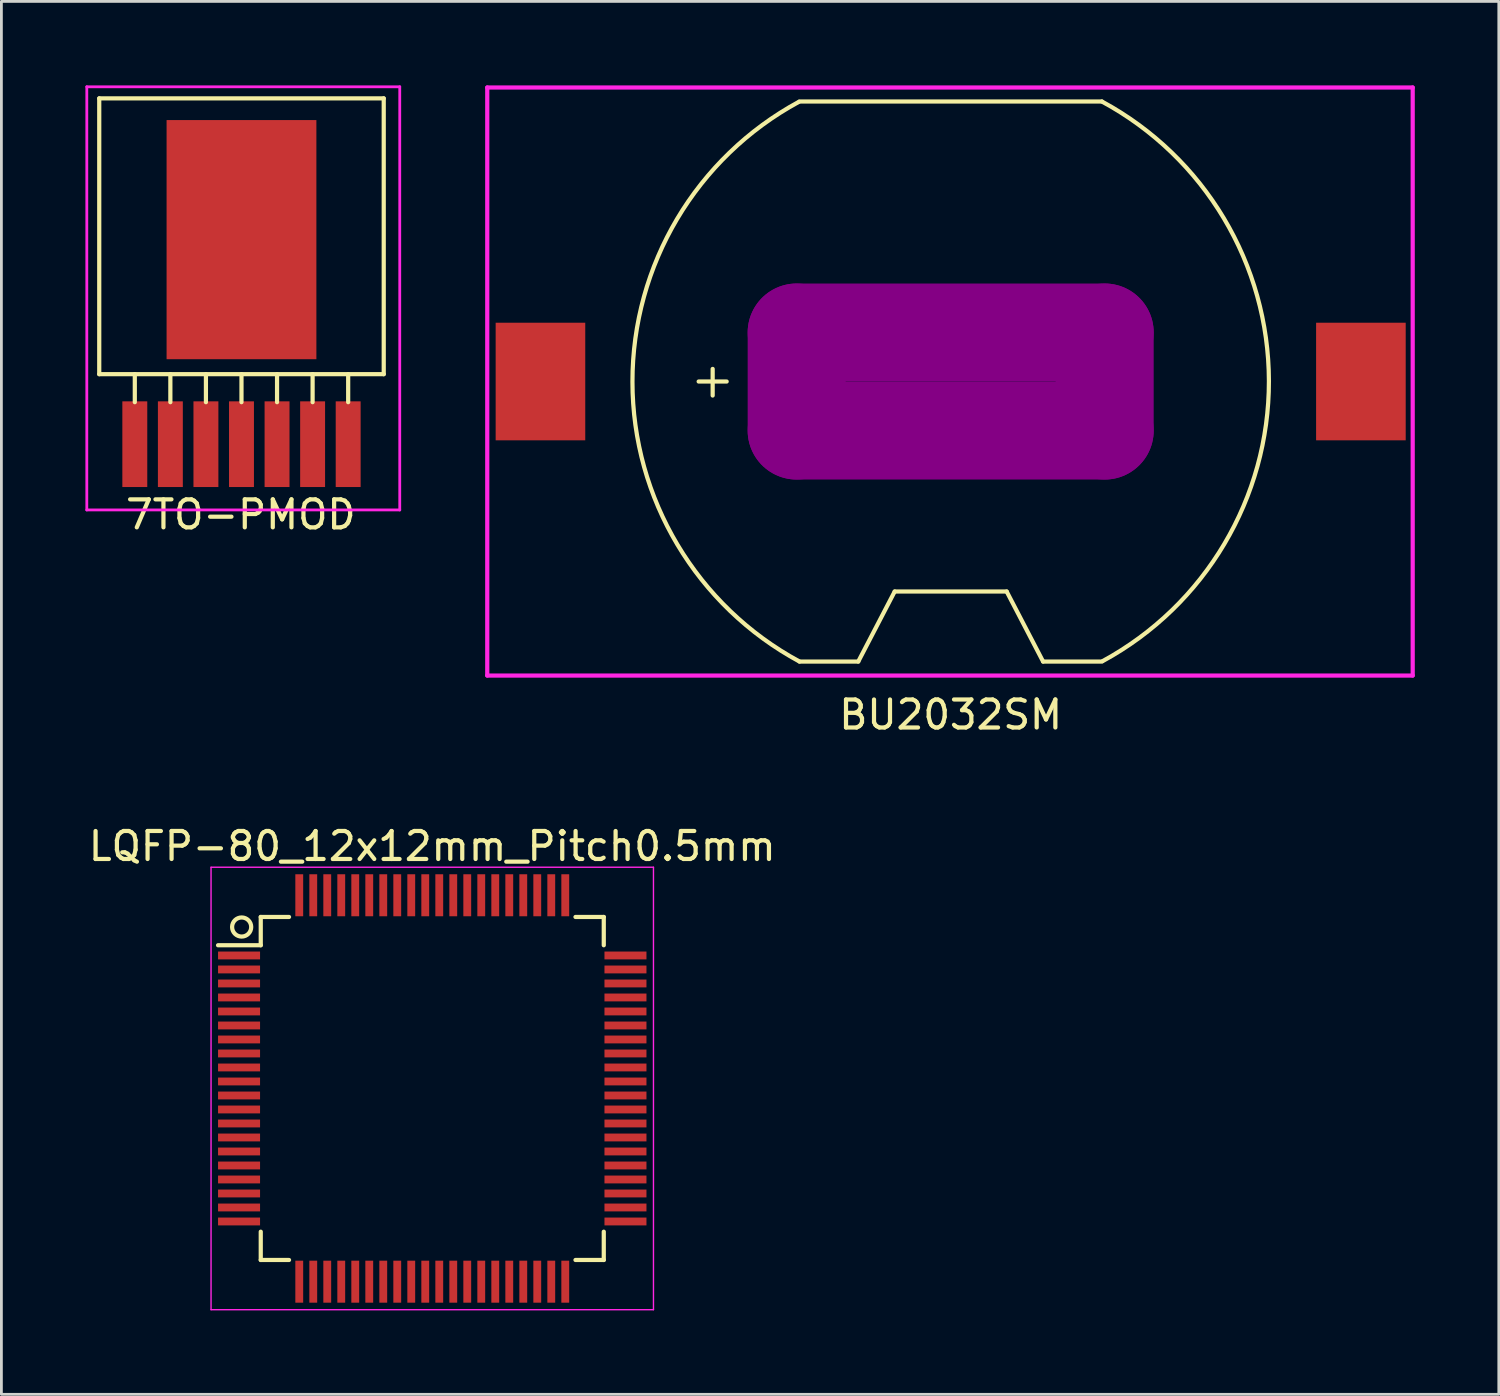
<source format=kicad_pcb>
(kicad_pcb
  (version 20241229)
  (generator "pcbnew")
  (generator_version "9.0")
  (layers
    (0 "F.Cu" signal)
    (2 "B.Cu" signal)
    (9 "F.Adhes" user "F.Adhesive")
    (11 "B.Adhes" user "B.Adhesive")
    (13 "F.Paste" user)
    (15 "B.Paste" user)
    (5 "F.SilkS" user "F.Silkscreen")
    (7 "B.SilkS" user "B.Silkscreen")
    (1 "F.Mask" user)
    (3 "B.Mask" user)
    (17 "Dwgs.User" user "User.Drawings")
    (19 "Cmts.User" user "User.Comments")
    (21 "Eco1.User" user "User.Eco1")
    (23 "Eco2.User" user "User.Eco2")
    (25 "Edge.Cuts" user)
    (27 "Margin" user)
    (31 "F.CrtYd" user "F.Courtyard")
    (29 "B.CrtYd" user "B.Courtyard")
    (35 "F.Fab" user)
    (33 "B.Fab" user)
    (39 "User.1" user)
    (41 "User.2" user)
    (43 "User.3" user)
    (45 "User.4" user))
  (footprint "7TO-PMOD"
    (layer "F.Cu")
    (at 5.574 12.813)
    (property "Reference" "7TO-PMOD" (at -0.025 2.515 0) (layer "F.SilkS") (effects (font (size 1 1) (thickness 0.15))))
    (attr smd)
    (fp_line (start -5.08 -12.35) (end 5.08 -12.35) (stroke (width 0.15) (type solid)) (layer "F.SilkS"))
    (fp_line (start -5.08 -2.5) (end -5.08 -12.35) (stroke (width 0.15) (type solid)) (layer "F.SilkS"))
    (fp_line (start -3.81 -2.5) (end -3.81 -1.5) (stroke (width 0.15) (type solid)) (layer "F.SilkS"))
    (fp_line (start -2.54 -2.5) (end -2.54 -1.5) (stroke (width 0.15) (type solid)) (layer "F.SilkS"))
    (fp_line (start -1.27 -2.5) (end -1.27 -1.5) (stroke (width 0.15) (type solid)) (layer "F.SilkS"))
    (fp_line (start 0 -2.5) (end 0 -1.5) (stroke (width 0.15) (type solid)) (layer "F.SilkS"))
    (fp_line (start 1.27 -2.5) (end 1.27 -1.5) (stroke (width 0.15) (type solid)) (layer "F.SilkS"))
    (fp_line (start 2.54 -2.5) (end 2.54 -1.5) (stroke (width 0.15) (type solid)) (layer "F.SilkS"))
    (fp_line (start 3.81 -2.5) (end 3.81 -1.5) (stroke (width 0.15) (type solid)) (layer "F.SilkS"))
    (fp_line (start 5.08 -2.5) (end -5.08 -2.5) (stroke (width 0.15) (type solid)) (layer "F.SilkS"))
    (fp_line (start 5.08 -2.5) (end 5.08 -12.35) (stroke (width 0.15) (type solid)) (layer "F.SilkS"))
    (fp_line (start -5.524 -12.764) (end 5.652 -12.764) (stroke (width 0.1) (type solid)) (layer "F.CrtYd"))
    (fp_line (start -5.524 2.349) (end -5.524 -12.764) (stroke (width 0.1) (type solid)) (layer "F.CrtYd"))
    (fp_line (start -5.524 2.349) (end 5.652 2.349) (stroke (width 0.1) (type solid)) (layer "F.CrtYd"))
    (fp_line (start 5.652 2.349) (end 5.652 -12.764) (stroke (width 0.1) (type solid)) (layer "F.CrtYd"))
    (pad "1" smd rect (at -3.81 0) (size 0.89 3.06) (layers "F.Cu" "F.Mask" "F.Paste"))
    (pad "2" smd rect (at -2.54 0) (size 0.89 3.06) (layers "F.Cu" "F.Mask" "F.Paste"))
    (pad "3" smd rect (at -1.27 0) (size 0.89 3.06) (layers "F.Cu" "F.Mask" "F.Paste"))
    (pad "4" smd rect (at 0 0) (size 0.89 3.06) (layers "F.Cu" "F.Mask" "F.Paste"))
    (pad "5" smd rect (at 1.27 0) (size 0.89 3.06) (layers "F.Cu" "F.Mask" "F.Paste"))
    (pad "6" smd rect (at 2.54 0) (size 0.89 3.06) (layers "F.Cu" "F.Mask" "F.Paste"))
    (pad "7" smd rect (at 3.81 0) (size 0.89 3.06) (layers "F.Cu" "F.Mask" "F.Paste"))
    (pad "8" smd rect (at 0 -7.305) (size 5.35 8.54) (layers "F.Cu" "F.Mask" "F.Paste")))
  (footprint "LQFP-80_12x12mm_Pitch0.5mm"
    (layer "F.Cu")
    (at 12.387 35.822)
    (property "Reference" "LQFP-80_12x12mm_Pitch0.5mm" (at 0 -8.65 0) (layer "F.SilkS") (effects (font (size 1 1) (thickness 0.15))))
    (attr smd)
    (fp_line (start -6.125 -6.125) (end -6.125 -5.115) (stroke (width 0.15) (type solid)) (layer "F.SilkS"))
    (fp_line (start -6.125 -6.125) (end -5.115 -6.125) (stroke (width 0.15) (type solid)) (layer "F.SilkS"))
    (fp_line (start -6.125 -5.115) (end -7.65 -5.115) (stroke (width 0.15) (type solid)) (layer "F.SilkS"))
    (fp_line (start -6.125 6.125) (end -6.125 5.115) (stroke (width 0.15) (type solid)) (layer "F.SilkS"))
    (fp_line (start -6.125 6.125) (end -5.115 6.125) (stroke (width 0.15) (type solid)) (layer "F.SilkS"))
    (fp_line (start 6.125 -6.125) (end 5.115 -6.125) (stroke (width 0.15) (type solid)) (layer "F.SilkS"))
    (fp_line (start 6.125 -6.125) (end 6.125 -5.115) (stroke (width 0.15) (type solid)) (layer "F.SilkS"))
    (fp_line (start 6.125 6.125) (end 5.115 6.125) (stroke (width 0.15) (type solid)) (layer "F.SilkS"))
    (fp_line (start 6.125 6.125) (end 6.125 5.115) (stroke (width 0.15) (type solid)) (layer "F.SilkS"))
    (fp_circle (center -6.807 -5.766) (end -6.502 -5.613) (stroke (width 0.15) (type solid)) (fill no) (layer "F.SilkS"))
    (fp_line (start -7.9 -7.9) (end -7.9 7.9) (stroke (width 0.05) (type solid)) (layer "F.CrtYd"))
    (fp_line (start -7.9 -7.9) (end 7.9 -7.9) (stroke (width 0.05) (type solid)) (layer "F.CrtYd"))
    (fp_line (start -7.9 7.9) (end 7.9 7.9) (stroke (width 0.05) (type solid)) (layer "F.CrtYd"))
    (fp_line (start 7.9 -7.9) (end 7.9 7.9) (stroke (width 0.05) (type solid)) (layer "F.CrtYd"))
    (pad "1" smd rect (at -6.9 -4.75) (size 1.5 0.28) (layers "F.Cu" "F.Mask" "F.Paste"))
    (pad "2" smd rect (at -6.9 -4.25) (size 1.5 0.28) (layers "F.Cu" "F.Mask" "F.Paste"))
    (pad "3" smd rect (at -6.9 -3.75) (size 1.5 0.28) (layers "F.Cu" "F.Mask" "F.Paste"))
    (pad "4" smd rect (at -6.9 -3.25) (size 1.5 0.28) (layers "F.Cu" "F.Mask" "F.Paste"))
    (pad "5" smd rect (at -6.9 -2.75) (size 1.5 0.28) (layers "F.Cu" "F.Mask" "F.Paste"))
    (pad "6" smd rect (at -6.9 -2.25) (size 1.5 0.28) (layers "F.Cu" "F.Mask" "F.Paste"))
    (pad "7" smd rect (at -6.9 -1.75) (size 1.5 0.28) (layers "F.Cu" "F.Mask" "F.Paste"))
    (pad "8" smd rect (at -6.9 -1.25) (size 1.5 0.28) (layers "F.Cu" "F.Mask" "F.Paste"))
    (pad "9" smd rect (at -6.9 -0.75) (size 1.5 0.28) (layers "F.Cu" "F.Mask" "F.Paste"))
    (pad "10" smd rect (at -6.9 -0.25) (size 1.5 0.28) (layers "F.Cu" "F.Mask" "F.Paste"))
    (pad "11" smd rect (at -6.9 0.25) (size 1.5 0.28) (layers "F.Cu" "F.Mask" "F.Paste"))
    (pad "12" smd rect (at -6.9 0.75) (size 1.5 0.28) (layers "F.Cu" "F.Mask" "F.Paste"))
    (pad "13" smd rect (at -6.9 1.25) (size 1.5 0.28) (layers "F.Cu" "F.Mask" "F.Paste"))
    (pad "14" smd rect (at -6.9 1.75) (size 1.5 0.28) (layers "F.Cu" "F.Mask" "F.Paste"))
    (pad "15" smd rect (at -6.9 2.25) (size 1.5 0.28) (layers "F.Cu" "F.Mask" "F.Paste"))
    (pad "16" smd rect (at -6.9 2.75) (size 1.5 0.28) (layers "F.Cu" "F.Mask" "F.Paste"))
    (pad "17" smd rect (at -6.9 3.25) (size 1.5 0.28) (layers "F.Cu" "F.Mask" "F.Paste"))
    (pad "18" smd rect (at -6.9 3.75) (size 1.5 0.28) (layers "F.Cu" "F.Mask" "F.Paste"))
    (pad "19" smd rect (at -6.9 4.25) (size 1.5 0.28) (layers "F.Cu" "F.Mask" "F.Paste"))
    (pad "20" smd rect (at -6.9 4.75) (size 1.5 0.28) (layers "F.Cu" "F.Mask" "F.Paste"))
    (pad "21" smd rect (at -4.75 6.9 90) (size 1.5 0.28) (layers "F.Cu" "F.Mask" "F.Paste"))
    (pad "22" smd rect (at -4.25 6.9 90) (size 1.5 0.28) (layers "F.Cu" "F.Mask" "F.Paste"))
    (pad "23" smd rect (at -3.75 6.9 90) (size 1.5 0.28) (layers "F.Cu" "F.Mask" "F.Paste"))
    (pad "24" smd rect (at -3.25 6.9 90) (size 1.5 0.28) (layers "F.Cu" "F.Mask" "F.Paste"))
    (pad "25" smd rect (at -2.75 6.9 90) (size 1.5 0.28) (layers "F.Cu" "F.Mask" "F.Paste"))
    (pad "26" smd rect (at -2.25 6.9 90) (size 1.5 0.28) (layers "F.Cu" "F.Mask" "F.Paste"))
    (pad "27" smd rect (at -1.75 6.9 90) (size 1.5 0.28) (layers "F.Cu" "F.Mask" "F.Paste"))
    (pad "28" smd rect (at -1.25 6.9 90) (size 1.5 0.28) (layers "F.Cu" "F.Mask" "F.Paste"))
    (pad "29" smd rect (at -0.75 6.9 90) (size 1.5 0.28) (layers "F.Cu" "F.Mask" "F.Paste"))
    (pad "30" smd rect (at -0.25 6.9 90) (size 1.5 0.28) (layers "F.Cu" "F.Mask" "F.Paste"))
    (pad "31" smd rect (at 0.25 6.9 90) (size 1.5 0.28) (layers "F.Cu" "F.Mask" "F.Paste"))
    (pad "32" smd rect (at 0.75 6.9 90) (size 1.5 0.28) (layers "F.Cu" "F.Mask" "F.Paste"))
    (pad "33" smd rect (at 1.25 6.9 90) (size 1.5 0.28) (layers "F.Cu" "F.Mask" "F.Paste"))
    (pad "34" smd rect (at 1.75 6.9 90) (size 1.5 0.28) (layers "F.Cu" "F.Mask" "F.Paste"))
    (pad "35" smd rect (at 2.25 6.9 90) (size 1.5 0.28) (layers "F.Cu" "F.Mask" "F.Paste"))
    (pad "36" smd rect (at 2.75 6.9 90) (size 1.5 0.28) (layers "F.Cu" "F.Mask" "F.Paste"))
    (pad "37" smd rect (at 3.25 6.9 90) (size 1.5 0.28) (layers "F.Cu" "F.Mask" "F.Paste"))
    (pad "38" smd rect (at 3.75 6.9 90) (size 1.5 0.28) (layers "F.Cu" "F.Mask" "F.Paste"))
    (pad "39" smd rect (at 4.25 6.9 90) (size 1.5 0.28) (layers "F.Cu" "F.Mask" "F.Paste"))
    (pad "40" smd rect (at 4.75 6.9 90) (size 1.5 0.28) (layers "F.Cu" "F.Mask" "F.Paste"))
    (pad "41" smd rect (at 6.9 4.75) (size 1.5 0.28) (layers "F.Cu" "F.Mask" "F.Paste"))
    (pad "42" smd rect (at 6.9 4.25) (size 1.5 0.28) (layers "F.Cu" "F.Mask" "F.Paste"))
    (pad "43" smd rect (at 6.9 3.75) (size 1.5 0.28) (layers "F.Cu" "F.Mask" "F.Paste"))
    (pad "44" smd rect (at 6.9 3.25) (size 1.5 0.28) (layers "F.Cu" "F.Mask" "F.Paste"))
    (pad "45" smd rect (at 6.9 2.75) (size 1.5 0.28) (layers "F.Cu" "F.Mask" "F.Paste"))
    (pad "46" smd rect (at 6.9 2.25) (size 1.5 0.28) (layers "F.Cu" "F.Mask" "F.Paste"))
    (pad "47" smd rect (at 6.9 1.75) (size 1.5 0.28) (layers "F.Cu" "F.Mask" "F.Paste"))
    (pad "48" smd rect (at 6.9 1.25) (size 1.5 0.28) (layers "F.Cu" "F.Mask" "F.Paste"))
    (pad "49" smd rect (at 6.9 0.75) (size 1.5 0.28) (layers "F.Cu" "F.Mask" "F.Paste"))
    (pad "50" smd rect (at 6.9 0.25) (size 1.5 0.28) (layers "F.Cu" "F.Mask" "F.Paste"))
    (pad "51" smd rect (at 6.9 -0.25) (size 1.5 0.28) (layers "F.Cu" "F.Mask" "F.Paste"))
    (pad "52" smd rect (at 6.9 -0.75) (size 1.5 0.28) (layers "F.Cu" "F.Mask" "F.Paste"))
    (pad "53" smd rect (at 6.9 -1.25) (size 1.5 0.28) (layers "F.Cu" "F.Mask" "F.Paste"))
    (pad "54" smd rect (at 6.9 -1.75) (size 1.5 0.28) (layers "F.Cu" "F.Mask" "F.Paste"))
    (pad "55" smd rect (at 6.9 -2.25) (size 1.5 0.28) (layers "F.Cu" "F.Mask" "F.Paste"))
    (pad "56" smd rect (at 6.9 -2.75) (size 1.5 0.28) (layers "F.Cu" "F.Mask" "F.Paste"))
    (pad "57" smd rect (at 6.9 -3.25) (size 1.5 0.28) (layers "F.Cu" "F.Mask" "F.Paste"))
    (pad "58" smd rect (at 6.9 -3.75) (size 1.5 0.28) (layers "F.Cu" "F.Mask" "F.Paste"))
    (pad "59" smd rect (at 6.9 -4.25) (size 1.5 0.28) (layers "F.Cu" "F.Mask" "F.Paste"))
    (pad "60" smd rect (at 6.9 -4.75) (size 1.5 0.28) (layers "F.Cu" "F.Mask" "F.Paste"))
    (pad "61" smd rect (at 4.75 -6.9 90) (size 1.5 0.28) (layers "F.Cu" "F.Mask" "F.Paste"))
    (pad "62" smd rect (at 4.25 -6.9 90) (size 1.5 0.28) (layers "F.Cu" "F.Mask" "F.Paste"))
    (pad "63" smd rect (at 3.75 -6.9 90) (size 1.5 0.28) (layers "F.Cu" "F.Mask" "F.Paste"))
    (pad "64" smd rect (at 3.25 -6.9 90) (size 1.5 0.28) (layers "F.Cu" "F.Mask" "F.Paste"))
    (pad "65" smd rect (at 2.75 -6.9 90) (size 1.5 0.28) (layers "F.Cu" "F.Mask" "F.Paste"))
    (pad "66" smd rect (at 2.25 -6.9 90) (size 1.5 0.28) (layers "F.Cu" "F.Mask" "F.Paste"))
    (pad "67" smd rect (at 1.75 -6.9 90) (size 1.5 0.28) (layers "F.Cu" "F.Mask" "F.Paste"))
    (pad "68" smd rect (at 1.25 -6.9 90) (size 1.5 0.28) (layers "F.Cu" "F.Mask" "F.Paste"))
    (pad "69" smd rect (at 0.75 -6.9 90) (size 1.5 0.28) (layers "F.Cu" "F.Mask" "F.Paste"))
    (pad "70" smd rect (at 0.25 -6.9 90) (size 1.5 0.28) (layers "F.Cu" "F.Mask" "F.Paste"))
    (pad "71" smd rect (at -0.25 -6.9 90) (size 1.5 0.28) (layers "F.Cu" "F.Mask" "F.Paste"))
    (pad "72" smd rect (at -0.75 -6.9 90) (size 1.5 0.28) (layers "F.Cu" "F.Mask" "F.Paste"))
    (pad "73" smd rect (at -1.25 -6.9 90) (size 1.5 0.28) (layers "F.Cu" "F.Mask" "F.Paste"))
    (pad "74" smd rect (at -1.75 -6.9 90) (size 1.5 0.28) (layers "F.Cu" "F.Mask" "F.Paste"))
    (pad "75" smd rect (at -2.25 -6.9 90) (size 1.5 0.28) (layers "F.Cu" "F.Mask" "F.Paste"))
    (pad "76" smd rect (at -2.75 -6.9 90) (size 1.5 0.28) (layers "F.Cu" "F.Mask" "F.Paste"))
    (pad "77" smd rect (at -3.25 -6.9 90) (size 1.5 0.28) (layers "F.Cu" "F.Mask" "F.Paste"))
    (pad "78" smd rect (at -3.75 -6.9 90) (size 1.5 0.28) (layers "F.Cu" "F.Mask" "F.Paste"))
    (pad "79" smd rect (at -4.25 -6.9 90) (size 1.5 0.28) (layers "F.Cu" "F.Mask" "F.Paste"))
    (pad "80" smd rect (at -4.75 -6.9 90) (size 1.5 0.28) (layers "F.Cu" "F.Mask" "F.Paste")))
  (footprint "BU2032SM"
    (layer "F.Cu")
    (at 30.901 10.575)
    (property "Reference" "BU2032SM" (at 0 11.9 0) (layer "F.SilkS") (effects (font (size 1 1) (thickness 0.15))))
    (attr smd)
    (fp_line (start -9 0) (end -8 0) (stroke (width 0.15) (type solid)) (layer "F.SilkS"))
    (fp_line (start -8.5 -0.45) (end -8.5 0.5) (stroke (width 0.15) (type solid)) (layer "F.SilkS"))
    (fp_line (start -5.4 -10) (end 5.4 -10) (stroke (width 0.15) (type solid)) (layer "F.SilkS"))
    (fp_line (start -5.4 10) (end -3.3 10) (stroke (width 0.15) (type solid)) (layer "F.SilkS"))
    (fp_line (start -3.3 10) (end -2 7.5) (stroke (width 0.15) (type solid)) (layer "F.SilkS"))
    (fp_line (start -2 7.5) (end 2 7.5) (stroke (width 0.15) (type solid)) (layer "F.SilkS"))
    (fp_line (start 2 7.5) (end 3.3 10) (stroke (width 0.15) (type solid)) (layer "F.SilkS"))
    (fp_line (start 3.3 10) (end 5.4 10) (stroke (width 0.15) (type solid)) (layer "F.SilkS"))
    (fp_arc (start -5.4 10) (mid -11.364852 0.011924) (end -5.420972 -9.988647) (stroke (width 0.15) (type solid)) (layer "F.SilkS"))
    (fp_arc (start 5.4 -10) (mid 11.364847 -0.016058) (end 5.428237 9.984701) (stroke (width 0.15) (type solid)) (layer "F.SilkS"))
    (fp_line (start -5.5 -1.75) (end -5.5 1.751) (stroke (width 3.5) (type solid)) (layer "F.Adhes"))
    (fp_line (start -5.5 -1.75) (end 5.5 -1.75) (stroke (width 3.5) (type solid)) (layer "F.Adhes"))
    (fp_line (start -5.5 1.75) (end 5.5 1.75) (stroke (width 3.5) (type solid)) (layer "F.Adhes"))
    (fp_line (start 5.5 -1.75) (end 5.5 1.751) (stroke (width 3.5) (type solid)) (layer "F.Adhes"))
    (fp_line (start -16.55 -10.5) (end -16.55 10.5) (stroke (width 0.15) (type solid)) (layer "F.CrtYd"))
    (fp_line (start -16.55 -10.5) (end 16.5 -10.5) (stroke (width 0.15) (type solid)) (layer "F.CrtYd"))
    (fp_line (start -16.55 10.5) (end 16.5 10.5) (stroke (width 0.15) (type solid)) (layer "F.CrtYd"))
    (fp_line (start 16.5 -10.5) (end 16.5 10.5) (stroke (width 0.15) (type solid)) (layer "F.CrtYd"))
    (pad "1" smd rect (at -14.65 0) (size 3.2 4.2) (layers "F.Cu" "F.Mask" "F.Paste"))
    (pad "2" smd rect (at 14.65 0) (size 3.2 4.2) (layers "F.Cu" "F.Mask" "F.Paste")))
  (gr_rect
    (start -3 -3)
    (end 50.476 46.746)
    (stroke (width 0.1) (type default))
    (fill no)
    (layer "Edge.Cuts")))
</source>
